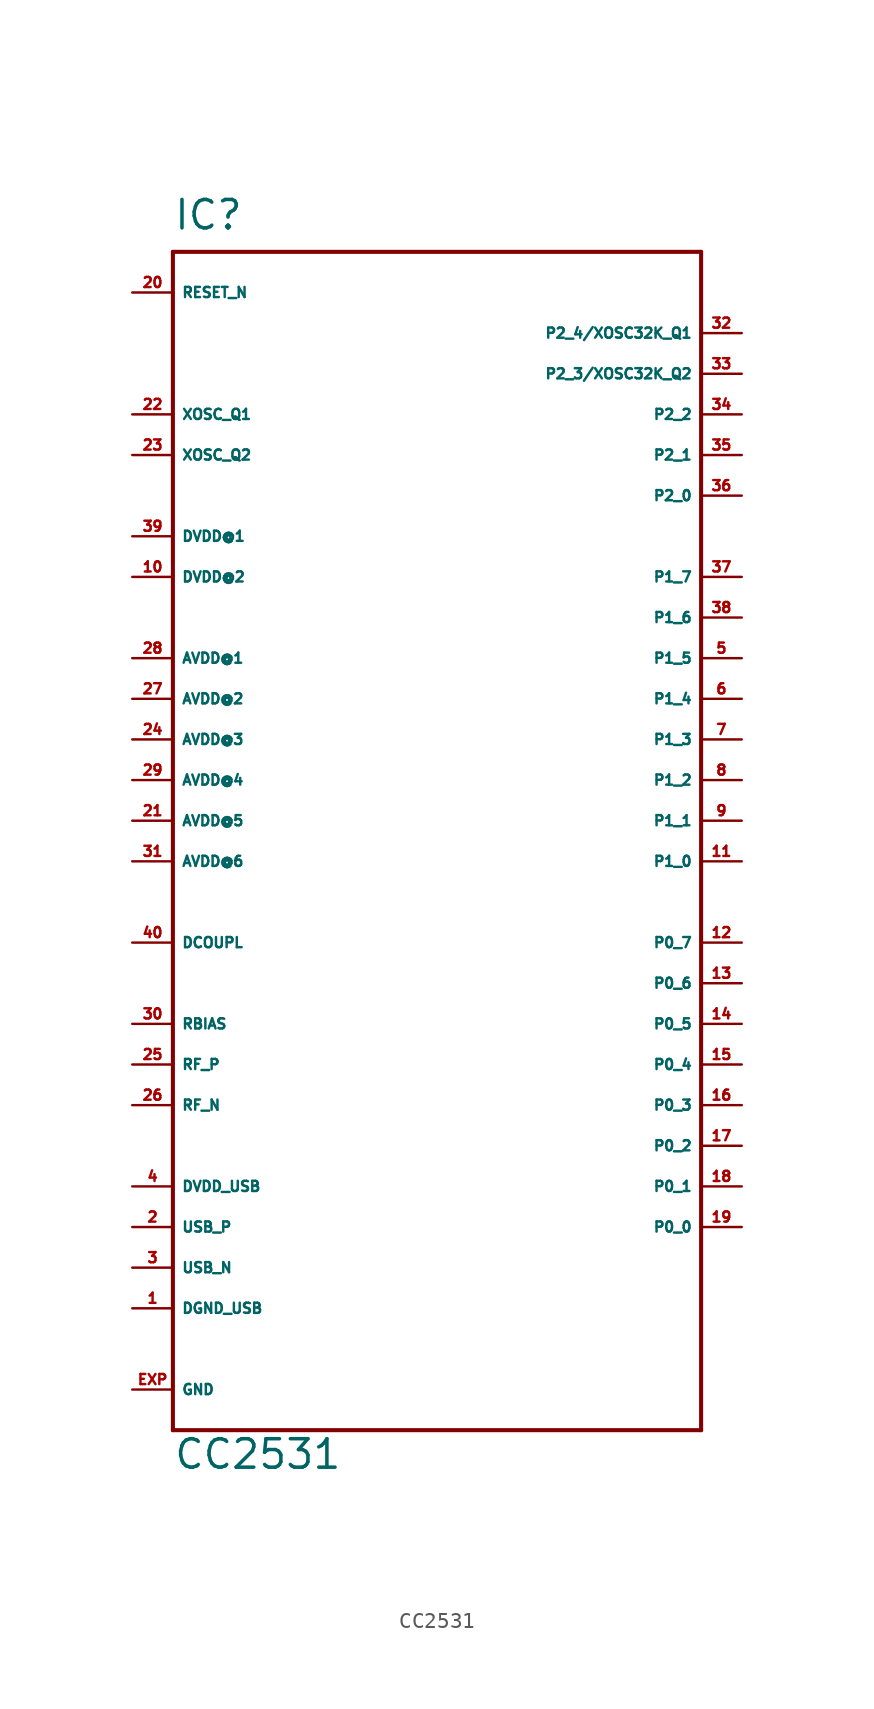
<source format=kicad_sym>
(kicad_symbol_lib
  (version 20220914)
  (generator Eagle2Kicad)
  (symbol "CC2531"
    (property "Reference" "IC"
      (at -15.24 36.83 0)
      (effects (font (size 1.778 1.778) (thickness 0.22)) (justify left bottom)))
    (property "Value" "CC2531"
      (at -15.24 -40.64 0)
      (effects (font (size 1.778 1.778) (thickness 0.22)) (justify left bottom)))
    (polyline
      (pts (xy -15.24 -38.1) (xy 17.78 -38.1))
      (stroke (width 0.254) (type default))
      (fill (type none)))
    (polyline
      (pts (xy 17.78 -38.1) (xy 17.78 35.56))
      (stroke (width 0.254) (type default))
      (fill (type none)))
    (polyline
      (pts (xy 17.78 35.56) (xy -15.24 35.56))
      (stroke (width 0.254) (type default))
      (fill (type none)))
    (polyline
      (pts (xy -15.24 35.56) (xy -15.24 -38.1))
      (stroke (width 0.254) (type default))
      (fill (type none)))
    (pin unspecified line
      (at -17.78 10.16 0)
      (length 2.54)
      (name "AVDD@1" (effects (font (size 0.635 0.635) (thickness 0.08)) (justify left bottom)))
      (number "28" (effects (font (size 0.635 0.635) (thickness 0.08)) (justify left bottom))))
    (pin unspecified line
      (at -17.78 7.62 0)
      (length 2.54)
      (name "AVDD@2" (effects (font (size 0.635 0.635) (thickness 0.08)) (justify left bottom)))
      (number "27" (effects (font (size 0.635 0.635) (thickness 0.08)) (justify left bottom))))
    (pin unspecified line
      (at -17.78 5.08 0)
      (length 2.54)
      (name "AVDD@3" (effects (font (size 0.635 0.635) (thickness 0.08)) (justify left bottom)))
      (number "24" (effects (font (size 0.635 0.635) (thickness 0.08)) (justify left bottom))))
    (pin unspecified line
      (at -17.78 2.54 0)
      (length 2.54)
      (name "AVDD@4" (effects (font (size 0.635 0.635) (thickness 0.08)) (justify left bottom)))
      (number "29" (effects (font (size 0.635 0.635) (thickness 0.08)) (justify left bottom))))
    (pin unspecified line
      (at -17.78 0 0)
      (length 2.54)
      (name "AVDD@5" (effects (font (size 0.635 0.635) (thickness 0.08)) (justify left bottom)))
      (number "21" (effects (font (size 0.635 0.635) (thickness 0.08)) (justify left bottom))))
    (pin unspecified line
      (at -17.78 -2.54 0)
      (length 2.54)
      (name "AVDD@6" (effects (font (size 0.635 0.635) (thickness 0.08)) (justify left bottom)))
      (number "31" (effects (font (size 0.635 0.635) (thickness 0.08)) (justify left bottom))))
    (pin unspecified line
      (at -17.78 -7.62 0)
      (length 2.54)
      (name "DCOUPL" (effects (font (size 0.635 0.635) (thickness 0.08)) (justify left bottom)))
      (number "40" (effects (font (size 0.635 0.635) (thickness 0.08)) (justify left bottom))))
    (pin unspecified line
      (at -17.78 17.78 0)
      (length 2.54)
      (name "DVDD@1" (effects (font (size 0.635 0.635) (thickness 0.08)) (justify left bottom)))
      (number "39" (effects (font (size 0.635 0.635) (thickness 0.08)) (justify left bottom))))
    (pin unspecified line
      (at -17.78 15.24 0)
      (length 2.54)
      (name "DVDD@2" (effects (font (size 0.635 0.635) (thickness 0.08)) (justify left bottom)))
      (number "10" (effects (font (size 0.635 0.635) (thickness 0.08)) (justify left bottom))))
    (pin unspecified line
      (at -17.78 -30.48 0)
      (length 2.54)
      (name "DGND_USB" (effects (font (size 0.635 0.635) (thickness 0.08)) (justify left bottom)))
      (number "1" (effects (font (size 0.635 0.635) (thickness 0.08)) (justify left bottom))))
    (pin bidirectional line
      (at -17.78 -25.4 0)
      (length 2.54)
      (name "USB_P" (effects (font (size 0.635 0.635) (thickness 0.08)) (justify left bottom)))
      (number "2" (effects (font (size 0.635 0.635) (thickness 0.08)) (justify left bottom))))
    (pin bidirectional line
      (at -17.78 -27.94 0)
      (length 2.54)
      (name "USB_N" (effects (font (size 0.635 0.635) (thickness 0.08)) (justify left bottom)))
      (number "3" (effects (font (size 0.635 0.635) (thickness 0.08)) (justify left bottom))))
    (pin unspecified line
      (at -17.78 -22.86 0)
      (length 2.54)
      (name "DVDD_USB" (effects (font (size 0.635 0.635) (thickness 0.08)) (justify left bottom)))
      (number "4" (effects (font (size 0.635 0.635) (thickness 0.08)) (justify left bottom))))
    (pin bidirectional line
      (at 20.32 -25.4 180)
      (length 2.54)
      (name "P0_0" (effects (font (size 0.635 0.635) (thickness 0.08)) (justify left bottom)))
      (number "19" (effects (font (size 0.635 0.635) (thickness 0.08)) (justify left bottom))))
    (pin bidirectional line
      (at 20.32 -22.86 180)
      (length 2.54)
      (name "P0_1" (effects (font (size 0.635 0.635) (thickness 0.08)) (justify left bottom)))
      (number "18" (effects (font (size 0.635 0.635) (thickness 0.08)) (justify left bottom))))
    (pin bidirectional line
      (at 20.32 -20.32 180)
      (length 2.54)
      (name "P0_2" (effects (font (size 0.635 0.635) (thickness 0.08)) (justify left bottom)))
      (number "17" (effects (font (size 0.635 0.635) (thickness 0.08)) (justify left bottom))))
    (pin bidirectional line
      (at 20.32 -17.78 180)
      (length 2.54)
      (name "P0_3" (effects (font (size 0.635 0.635) (thickness 0.08)) (justify left bottom)))
      (number "16" (effects (font (size 0.635 0.635) (thickness 0.08)) (justify left bottom))))
    (pin bidirectional line
      (at 20.32 -15.24 180)
      (length 2.54)
      (name "P0_4" (effects (font (size 0.635 0.635) (thickness 0.08)) (justify left bottom)))
      (number "15" (effects (font (size 0.635 0.635) (thickness 0.08)) (justify left bottom))))
    (pin bidirectional line
      (at 20.32 -12.7 180)
      (length 2.54)
      (name "P0_5" (effects (font (size 0.635 0.635) (thickness 0.08)) (justify left bottom)))
      (number "14" (effects (font (size 0.635 0.635) (thickness 0.08)) (justify left bottom))))
    (pin bidirectional line
      (at 20.32 -10.16 180)
      (length 2.54)
      (name "P0_6" (effects (font (size 0.635 0.635) (thickness 0.08)) (justify left bottom)))
      (number "13" (effects (font (size 0.635 0.635) (thickness 0.08)) (justify left bottom))))
    (pin bidirectional line
      (at 20.32 -7.62 180)
      (length 2.54)
      (name "P0_7" (effects (font (size 0.635 0.635) (thickness 0.08)) (justify left bottom)))
      (number "12" (effects (font (size 0.635 0.635) (thickness 0.08)) (justify left bottom))))
    (pin bidirectional line
      (at 20.32 -2.54 180)
      (length 2.54)
      (name "P1_0" (effects (font (size 0.635 0.635) (thickness 0.08)) (justify left bottom)))
      (number "11" (effects (font (size 0.635 0.635) (thickness 0.08)) (justify left bottom))))
    (pin bidirectional line
      (at 20.32 0 180)
      (length 2.54)
      (name "P1_1" (effects (font (size 0.635 0.635) (thickness 0.08)) (justify left bottom)))
      (number "9" (effects (font (size 0.635 0.635) (thickness 0.08)) (justify left bottom))))
    (pin bidirectional line
      (at 20.32 2.54 180)
      (length 2.54)
      (name "P1_2" (effects (font (size 0.635 0.635) (thickness 0.08)) (justify left bottom)))
      (number "8" (effects (font (size 0.635 0.635) (thickness 0.08)) (justify left bottom))))
    (pin bidirectional line
      (at 20.32 5.08 180)
      (length 2.54)
      (name "P1_3" (effects (font (size 0.635 0.635) (thickness 0.08)) (justify left bottom)))
      (number "7" (effects (font (size 0.635 0.635) (thickness 0.08)) (justify left bottom))))
    (pin bidirectional line
      (at 20.32 7.62 180)
      (length 2.54)
      (name "P1_4" (effects (font (size 0.635 0.635) (thickness 0.08)) (justify left bottom)))
      (number "6" (effects (font (size 0.635 0.635) (thickness 0.08)) (justify left bottom))))
    (pin bidirectional line
      (at 20.32 10.16 180)
      (length 2.54)
      (name "P1_5" (effects (font (size 0.635 0.635) (thickness 0.08)) (justify left bottom)))
      (number "5" (effects (font (size 0.635 0.635) (thickness 0.08)) (justify left bottom))))
    (pin bidirectional line
      (at 20.32 12.7 180)
      (length 2.54)
      (name "P1_6" (effects (font (size 0.635 0.635) (thickness 0.08)) (justify left bottom)))
      (number "38" (effects (font (size 0.635 0.635) (thickness 0.08)) (justify left bottom))))
    (pin bidirectional line
      (at 20.32 15.24 180)
      (length 2.54)
      (name "P1_7" (effects (font (size 0.635 0.635) (thickness 0.08)) (justify left bottom)))
      (number "37" (effects (font (size 0.635 0.635) (thickness 0.08)) (justify left bottom))))
    (pin bidirectional line
      (at 20.32 20.32 180)
      (length 2.54)
      (name "P2_0" (effects (font (size 0.635 0.635) (thickness 0.08)) (justify left bottom)))
      (number "36" (effects (font (size 0.635 0.635) (thickness 0.08)) (justify left bottom))))
    (pin bidirectional line
      (at 20.32 22.86 180)
      (length 2.54)
      (name "P2_1" (effects (font (size 0.635 0.635) (thickness 0.08)) (justify left bottom)))
      (number "35" (effects (font (size 0.635 0.635) (thickness 0.08)) (justify left bottom))))
    (pin bidirectional line
      (at 20.32 25.4 180)
      (length 2.54)
      (name "P2_2" (effects (font (size 0.635 0.635) (thickness 0.08)) (justify left bottom)))
      (number "34" (effects (font (size 0.635 0.635) (thickness 0.08)) (justify left bottom))))
    (pin bidirectional line
      (at 20.32 27.94 180)
      (length 2.54)
      (name "P2_3/XOSC32K_Q2" (effects (font (size 0.635 0.635) (thickness 0.08)) (justify left bottom)))
      (number "33" (effects (font (size 0.635 0.635) (thickness 0.08)) (justify left bottom))))
    (pin bidirectional line
      (at 20.32 30.48 180)
      (length 2.54)
      (name "P2_4/XOSC32K_Q1" (effects (font (size 0.635 0.635) (thickness 0.08)) (justify left bottom)))
      (number "32" (effects (font (size 0.635 0.635) (thickness 0.08)) (justify left bottom))))
    (pin bidirectional line
      (at -17.78 -12.7 0)
      (length 2.54)
      (name "RBIAS" (effects (font (size 0.635 0.635) (thickness 0.08)) (justify left bottom)))
      (number "30" (effects (font (size 0.635 0.635) (thickness 0.08)) (justify left bottom))))
    (pin input line
      (at -17.78 33.02 0)
      (length 2.54)
      (name "RESET_N" (effects (font (size 0.635 0.635) (thickness 0.08)) (justify left bottom)))
      (number "20" (effects (font (size 0.635 0.635) (thickness 0.08)) (justify left bottom))))
    (pin bidirectional line
      (at -17.78 -17.78 0)
      (length 2.54)
      (name "RF_N" (effects (font (size 0.635 0.635) (thickness 0.08)) (justify left bottom)))
      (number "26" (effects (font (size 0.635 0.635) (thickness 0.08)) (justify left bottom))))
    (pin bidirectional line
      (at -17.78 -15.24 0)
      (length 2.54)
      (name "RF_P" (effects (font (size 0.635 0.635) (thickness 0.08)) (justify left bottom)))
      (number "25" (effects (font (size 0.635 0.635) (thickness 0.08)) (justify left bottom))))
    (pin bidirectional line
      (at -17.78 25.4 0)
      (length 2.54)
      (name "XOSC_Q1" (effects (font (size 0.635 0.635) (thickness 0.08)) (justify left bottom)))
      (number "22" (effects (font (size 0.635 0.635) (thickness 0.08)) (justify left bottom))))
    (pin bidirectional line
      (at -17.78 22.86 0)
      (length 2.54)
      (name "XOSC_Q2" (effects (font (size 0.635 0.635) (thickness 0.08)) (justify left bottom)))
      (number "23" (effects (font (size 0.635 0.635) (thickness 0.08)) (justify left bottom))))
    (pin passive line
      (at -17.78 -35.56 0)
      (length 2.54)
      (name "GND" (effects (font (size 0.635 0.635) (thickness 0.08)) (justify left bottom)))
      (number "EXP" (effects (font (size 0.635 0.635) (thickness 0.08)) (justify left bottom))))))
</source>
